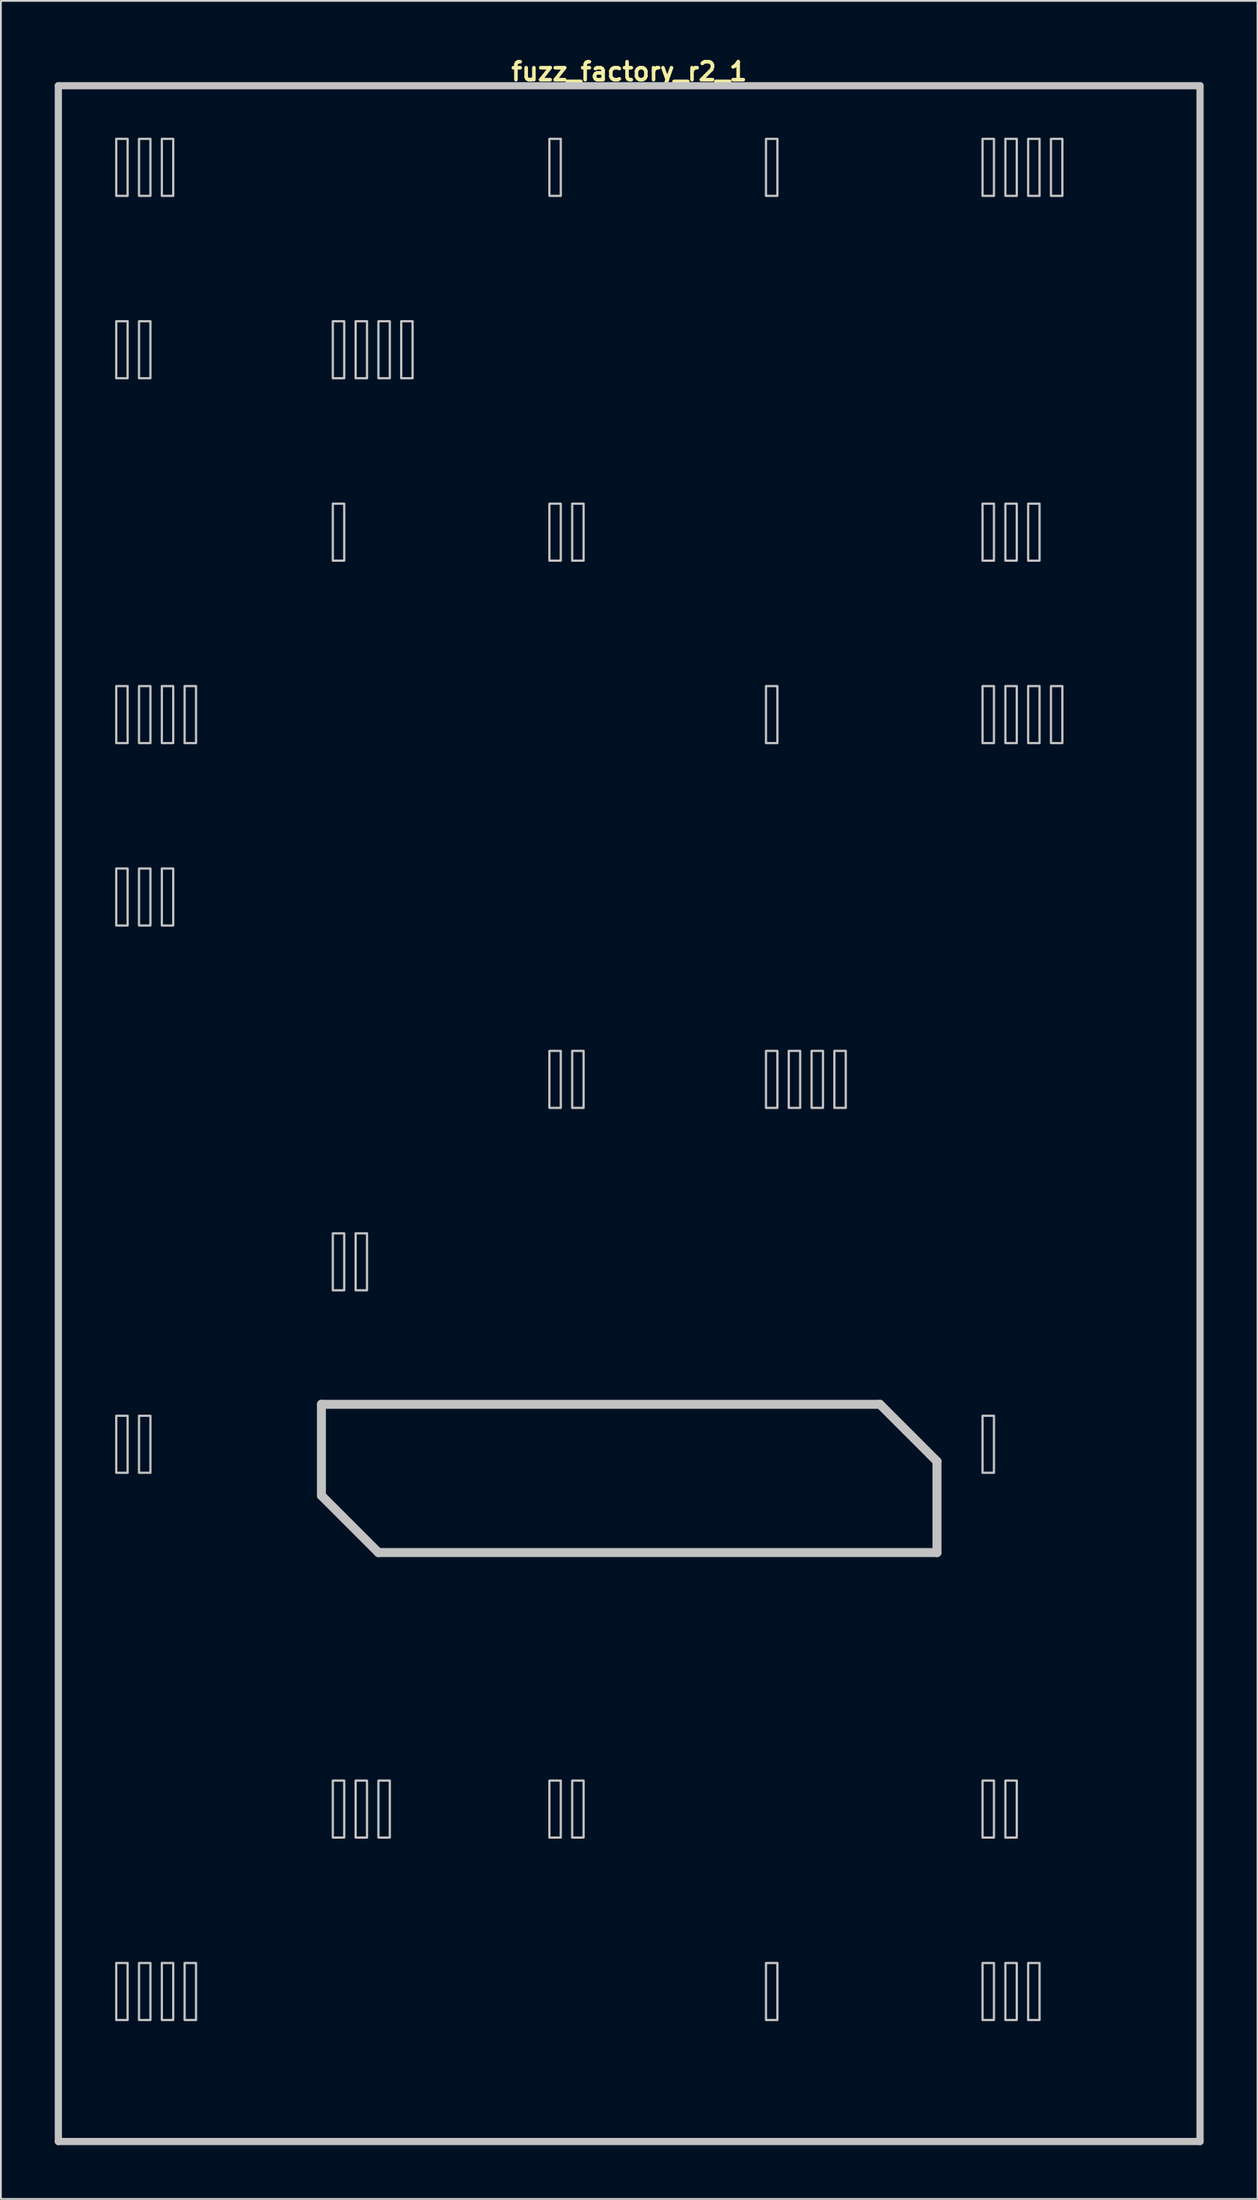
<source format=kicad_pcb>
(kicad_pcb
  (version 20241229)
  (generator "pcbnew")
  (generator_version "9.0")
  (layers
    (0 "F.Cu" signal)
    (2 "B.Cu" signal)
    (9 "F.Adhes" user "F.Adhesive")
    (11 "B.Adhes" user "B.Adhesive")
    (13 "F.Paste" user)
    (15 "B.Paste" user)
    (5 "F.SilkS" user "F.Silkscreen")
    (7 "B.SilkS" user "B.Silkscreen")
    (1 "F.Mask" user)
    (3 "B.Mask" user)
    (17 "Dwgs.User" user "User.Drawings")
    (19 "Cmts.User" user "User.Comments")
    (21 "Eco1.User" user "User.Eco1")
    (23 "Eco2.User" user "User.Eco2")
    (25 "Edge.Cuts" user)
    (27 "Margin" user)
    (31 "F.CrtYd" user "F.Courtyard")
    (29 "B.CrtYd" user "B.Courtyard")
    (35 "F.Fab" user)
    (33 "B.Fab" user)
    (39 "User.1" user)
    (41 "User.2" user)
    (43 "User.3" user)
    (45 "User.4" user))
  (footprint "fuzz_factory_r2_1"
    (layer "F.Cu")
    (at 32 58.975)
    (property "Reference" "fuzz_factory_r2_1" (at 0 -58.039 0) (layer "F.SilkS") (effects (font (size 1 1) (thickness 0.2))))
    (attr through_hole)
    (fp_line (start -31.8 -57.25) (end -31.8 57.25) (stroke (width 0.4) (type solid)) (layer "Dwgs.User"))
    (fp_line (start -31.8 -57.25) (end 31.8 -57.25) (stroke (width 0.4) (type solid)) (layer "Dwgs.User"))
    (fp_line (start -31.8 57.25) (end 31.8 57.25) (stroke (width 0.4) (type solid)) (layer "Dwgs.User"))
    (fp_line (start -17.145 16.192) (end -17.145 21.273) (stroke (width 0.5) (type solid)) (layer "Dwgs.User"))
    (fp_line (start -17.145 16.192) (end 13.97 16.192) (stroke (width 0.5) (type solid)) (layer "Dwgs.User"))
    (fp_line (start -17.145 21.273) (end -13.97 24.448) (stroke (width 0.5) (type solid)) (layer "Dwgs.User"))
    (fp_line (start -13.97 24.448) (end 17.145 24.448) (stroke (width 0.5) (type solid)) (layer "Dwgs.User"))
    (fp_line (start 13.97 16.192) (end 17.145 19.367) (stroke (width 0.5) (type solid)) (layer "Dwgs.User"))
    (fp_line (start 17.145 19.367) (end 17.145 24.448) (stroke (width 0.5) (type solid)) (layer "Dwgs.User"))
    (fp_line (start 31.8 -57.25) (end 31.8 57.25) (stroke (width 0.4) (type solid)) (layer "Dwgs.User"))
    (fp_poly (pts (xy -27.94 -51.117) (xy -28.575 -51.117) (xy -28.575 -54.292) (xy -27.94 -54.292)) (stroke (width 0.125) (type solid)) (fill no) (layer "Dwgs.User"))
    (fp_poly (pts (xy -27.94 -40.958) (xy -28.575 -40.958) (xy -28.575 -44.133) (xy -27.94 -44.133)) (stroke (width 0.125) (type solid)) (fill no) (layer "Dwgs.User"))
    (fp_poly (pts (xy -27.94 -20.637) (xy -28.575 -20.637) (xy -28.575 -23.812) (xy -27.94 -23.812)) (stroke (width 0.125) (type solid)) (fill no) (layer "Dwgs.User"))
    (fp_poly (pts (xy -27.94 -10.477) (xy -28.575 -10.477) (xy -28.575 -13.652) (xy -27.94 -13.652)) (stroke (width 0.125) (type solid)) (fill no) (layer "Dwgs.User"))
    (fp_poly (pts (xy -27.94 20.003) (xy -28.575 20.003) (xy -28.575 16.828) (xy -27.94 16.828)) (stroke (width 0.125) (type solid)) (fill no) (layer "Dwgs.User"))
    (fp_poly (pts (xy -27.94 50.483) (xy -28.575 50.483) (xy -28.575 47.307) (xy -27.94 47.307)) (stroke (width 0.125) (type solid)) (fill no) (layer "Dwgs.User"))
    (fp_poly (pts (xy -26.67 -51.117) (xy -27.305 -51.117) (xy -27.305 -54.292) (xy -26.67 -54.292)) (stroke (width 0.125) (type solid)) (fill no) (layer "Dwgs.User"))
    (fp_poly (pts (xy -26.67 -40.958) (xy -27.305 -40.958) (xy -27.305 -44.133) (xy -26.67 -44.133)) (stroke (width 0.125) (type solid)) (fill no) (layer "Dwgs.User"))
    (fp_poly (pts (xy -26.67 -20.637) (xy -27.305 -20.637) (xy -27.305 -23.812) (xy -26.67 -23.812)) (stroke (width 0.125) (type solid)) (fill no) (layer "Dwgs.User"))
    (fp_poly (pts (xy -26.67 -10.477) (xy -27.305 -10.477) (xy -27.305 -13.652) (xy -26.67 -13.652)) (stroke (width 0.125) (type solid)) (fill no) (layer "Dwgs.User"))
    (fp_poly (pts (xy -26.67 20.003) (xy -27.305 20.003) (xy -27.305 16.828) (xy -26.67 16.828)) (stroke (width 0.125) (type solid)) (fill no) (layer "Dwgs.User"))
    (fp_poly (pts (xy -26.67 50.483) (xy -27.305 50.483) (xy -27.305 47.307) (xy -26.67 47.307)) (stroke (width 0.125) (type solid)) (fill no) (layer "Dwgs.User"))
    (fp_poly (pts (xy -25.4 -51.117) (xy -26.035 -51.117) (xy -26.035 -54.292) (xy -25.4 -54.292)) (stroke (width 0.125) (type solid)) (fill no) (layer "Dwgs.User"))
    (fp_poly (pts (xy -25.4 -20.637) (xy -26.035 -20.637) (xy -26.035 -23.812) (xy -25.4 -23.812)) (stroke (width 0.125) (type solid)) (fill no) (layer "Dwgs.User"))
    (fp_poly (pts (xy -25.4 -10.477) (xy -26.035 -10.477) (xy -26.035 -13.652) (xy -25.4 -13.652)) (stroke (width 0.125) (type solid)) (fill no) (layer "Dwgs.User"))
    (fp_poly (pts (xy -25.4 50.483) (xy -26.035 50.483) (xy -26.035 47.307) (xy -25.4 47.307)) (stroke (width 0.125) (type solid)) (fill no) (layer "Dwgs.User"))
    (fp_poly (pts (xy -24.13 -20.637) (xy -24.765 -20.637) (xy -24.765 -23.812) (xy -24.13 -23.812)) (stroke (width 0.125) (type solid)) (fill no) (layer "Dwgs.User"))
    (fp_poly (pts (xy -24.13 50.483) (xy -24.765 50.483) (xy -24.765 47.307) (xy -24.13 47.307)) (stroke (width 0.125) (type solid)) (fill no) (layer "Dwgs.User"))
    (fp_poly (pts (xy -15.875 -40.958) (xy -16.51 -40.958) (xy -16.51 -44.133) (xy -15.875 -44.133)) (stroke (width 0.125) (type solid)) (fill no) (layer "Dwgs.User"))
    (fp_poly (pts (xy -15.875 -30.797) (xy -16.51 -30.797) (xy -16.51 -33.972) (xy -15.875 -33.972)) (stroke (width 0.125) (type solid)) (fill no) (layer "Dwgs.User"))
    (fp_poly (pts (xy -15.875 9.842) (xy -16.51 9.842) (xy -16.51 6.668) (xy -15.875 6.668)) (stroke (width 0.125) (type solid)) (fill no) (layer "Dwgs.User"))
    (fp_poly (pts (xy -15.875 40.322) (xy -16.51 40.322) (xy -16.51 37.148) (xy -15.875 37.148)) (stroke (width 0.125) (type solid)) (fill no) (layer "Dwgs.User"))
    (fp_poly (pts (xy -14.605 -40.958) (xy -15.24 -40.958) (xy -15.24 -44.133) (xy -14.605 -44.133)) (stroke (width 0.125) (type solid)) (fill no) (layer "Dwgs.User"))
    (fp_poly (pts (xy -14.605 9.842) (xy -15.24 9.842) (xy -15.24 6.668) (xy -14.605 6.668)) (stroke (width 0.125) (type solid)) (fill no) (layer "Dwgs.User"))
    (fp_poly (pts (xy -14.605 40.322) (xy -15.24 40.322) (xy -15.24 37.148) (xy -14.605 37.148)) (stroke (width 0.125) (type solid)) (fill no) (layer "Dwgs.User"))
    (fp_poly (pts (xy -13.335 -40.958) (xy -13.97 -40.958) (xy -13.97 -44.133) (xy -13.335 -44.133)) (stroke (width 0.125) (type solid)) (fill no) (layer "Dwgs.User"))
    (fp_poly (pts (xy -13.335 40.322) (xy -13.97 40.322) (xy -13.97 37.148) (xy -13.335 37.148)) (stroke (width 0.125) (type solid)) (fill no) (layer "Dwgs.User"))
    (fp_poly (pts (xy -12.065 -40.958) (xy -12.7 -40.958) (xy -12.7 -44.133) (xy -12.065 -44.133)) (stroke (width 0.125) (type solid)) (fill no) (layer "Dwgs.User"))
    (fp_poly (pts (xy -3.81 -51.117) (xy -4.445 -51.117) (xy -4.445 -54.292) (xy -3.81 -54.292)) (stroke (width 0.125) (type solid)) (fill no) (layer "Dwgs.User"))
    (fp_poly (pts (xy -3.81 -30.797) (xy -4.445 -30.797) (xy -4.445 -33.972) (xy -3.81 -33.972)) (stroke (width 0.125) (type solid)) (fill no) (layer "Dwgs.User"))
    (fp_poly (pts (xy -3.81 -0.318) (xy -4.445 -0.318) (xy -4.445 -3.493) (xy -3.81 -3.493)) (stroke (width 0.125) (type solid)) (fill no) (layer "Dwgs.User"))
    (fp_poly (pts (xy -3.81 40.322) (xy -4.445 40.322) (xy -4.445 37.148) (xy -3.81 37.148)) (stroke (width 0.125) (type solid)) (fill no) (layer "Dwgs.User"))
    (fp_poly (pts (xy -2.54 -30.797) (xy -3.175 -30.797) (xy -3.175 -33.972) (xy -2.54 -33.972)) (stroke (width 0.125) (type solid)) (fill no) (layer "Dwgs.User"))
    (fp_poly (pts (xy -2.54 -0.318) (xy -3.175 -0.318) (xy -3.175 -3.493) (xy -2.54 -3.493)) (stroke (width 0.125) (type solid)) (fill no) (layer "Dwgs.User"))
    (fp_poly (pts (xy -2.54 40.322) (xy -3.175 40.322) (xy -3.175 37.148) (xy -2.54 37.148)) (stroke (width 0.125) (type solid)) (fill no) (layer "Dwgs.User"))
    (fp_poly (pts (xy 8.255 -51.117) (xy 7.62 -51.117) (xy 7.62 -54.292) (xy 8.255 -54.292)) (stroke (width 0.125) (type solid)) (fill no) (layer "Dwgs.User"))
    (fp_poly (pts (xy 8.255 -20.637) (xy 7.62 -20.637) (xy 7.62 -23.812) (xy 8.255 -23.812)) (stroke (width 0.125) (type solid)) (fill no) (layer "Dwgs.User"))
    (fp_poly (pts (xy 8.255 -0.318) (xy 7.62 -0.318) (xy 7.62 -3.493) (xy 8.255 -3.493)) (stroke (width 0.125) (type solid)) (fill no) (layer "Dwgs.User"))
    (fp_poly (pts (xy 8.255 50.483) (xy 7.62 50.483) (xy 7.62 47.307) (xy 8.255 47.307)) (stroke (width 0.125) (type solid)) (fill no) (layer "Dwgs.User"))
    (fp_poly (pts (xy 9.525 -0.318) (xy 8.89 -0.318) (xy 8.89 -3.493) (xy 9.525 -3.493)) (stroke (width 0.125) (type solid)) (fill no) (layer "Dwgs.User"))
    (fp_poly (pts (xy 10.795 -0.318) (xy 10.16 -0.318) (xy 10.16 -3.493) (xy 10.795 -3.493)) (stroke (width 0.125) (type solid)) (fill no) (layer "Dwgs.User"))
    (fp_poly (pts (xy 12.065 -0.318) (xy 11.43 -0.318) (xy 11.43 -3.493) (xy 12.065 -3.493)) (stroke (width 0.125) (type solid)) (fill no) (layer "Dwgs.User"))
    (fp_poly (pts (xy 20.32 -51.117) (xy 19.685 -51.117) (xy 19.685 -54.292) (xy 20.32 -54.292)) (stroke (width 0.125) (type solid)) (fill no) (layer "Dwgs.User"))
    (fp_poly (pts (xy 20.32 -30.797) (xy 19.685 -30.797) (xy 19.685 -33.972) (xy 20.32 -33.972)) (stroke (width 0.125) (type solid)) (fill no) (layer "Dwgs.User"))
    (fp_poly (pts (xy 20.32 -20.637) (xy 19.685 -20.637) (xy 19.685 -23.812) (xy 20.32 -23.812)) (stroke (width 0.125) (type solid)) (fill no) (layer "Dwgs.User"))
    (fp_poly (pts (xy 20.32 20.003) (xy 19.685 20.003) (xy 19.685 16.828) (xy 20.32 16.828)) (stroke (width 0.125) (type solid)) (fill no) (layer "Dwgs.User"))
    (fp_poly (pts (xy 20.32 40.322) (xy 19.685 40.322) (xy 19.685 37.148) (xy 20.32 37.148)) (stroke (width 0.125) (type solid)) (fill no) (layer "Dwgs.User"))
    (fp_poly (pts (xy 20.32 50.483) (xy 19.685 50.483) (xy 19.685 47.307) (xy 20.32 47.307)) (stroke (width 0.125) (type solid)) (fill no) (layer "Dwgs.User"))
    (fp_poly (pts (xy 21.59 -51.117) (xy 20.955 -51.117) (xy 20.955 -54.292) (xy 21.59 -54.292)) (stroke (width 0.125) (type solid)) (fill no) (layer "Dwgs.User"))
    (fp_poly (pts (xy 21.59 -30.797) (xy 20.955 -30.797) (xy 20.955 -33.972) (xy 21.59 -33.972)) (stroke (width 0.125) (type solid)) (fill no) (layer "Dwgs.User"))
    (fp_poly (pts (xy 21.59 -20.637) (xy 20.955 -20.637) (xy 20.955 -23.812) (xy 21.59 -23.812)) (stroke (width 0.125) (type solid)) (fill no) (layer "Dwgs.User"))
    (fp_poly (pts (xy 21.59 40.322) (xy 20.955 40.322) (xy 20.955 37.148) (xy 21.59 37.148)) (stroke (width 0.125) (type solid)) (fill no) (layer "Dwgs.User"))
    (fp_poly (pts (xy 21.59 50.483) (xy 20.955 50.483) (xy 20.955 47.307) (xy 21.59 47.307)) (stroke (width 0.125) (type solid)) (fill no) (layer "Dwgs.User"))
    (fp_poly (pts (xy 22.86 -51.117) (xy 22.225 -51.117) (xy 22.225 -54.292) (xy 22.86 -54.292)) (stroke (width 0.125) (type solid)) (fill no) (layer "Dwgs.User"))
    (fp_poly (pts (xy 22.86 -30.797) (xy 22.225 -30.797) (xy 22.225 -33.972) (xy 22.86 -33.972)) (stroke (width 0.125) (type solid)) (fill no) (layer "Dwgs.User"))
    (fp_poly (pts (xy 22.86 -20.637) (xy 22.225 -20.637) (xy 22.225 -23.812) (xy 22.86 -23.812)) (stroke (width 0.125) (type solid)) (fill no) (layer "Dwgs.User"))
    (fp_poly (pts (xy 22.86 50.483) (xy 22.225 50.483) (xy 22.225 47.307) (xy 22.86 47.307)) (stroke (width 0.125) (type solid)) (fill no) (layer "Dwgs.User"))
    (fp_poly (pts (xy 24.13 -51.117) (xy 23.495 -51.117) (xy 23.495 -54.292) (xy 24.13 -54.292)) (stroke (width 0.125) (type solid)) (fill no) (layer "Dwgs.User"))
    (fp_poly (pts (xy 24.13 -20.637) (xy 23.495 -20.637) (xy 23.495 -23.812) (xy 24.13 -23.812)) (stroke (width 0.125) (type solid)) (fill no) (layer "Dwgs.User"))
    (fp_line (start -31.8 -57.25) (end -31.8 57.25) (stroke (width 0.4) (type solid)) (layer "Eco1.User"))
    (fp_line (start -31.8 -57.25) (end 31.8 -57.25) (stroke (width 0.4) (type solid)) (layer "Eco1.User"))
    (fp_line (start -31.8 57.25) (end 31.8 57.25) (stroke (width 0.4) (type solid)) (layer "Eco1.User"))
    (fp_line (start -30.45 -55.75) (end -30.45 55.75) (stroke (width 0.4) (type solid)) (layer "Eco1.User"))
    (fp_line (start -30.45 -55.75) (end 30.45 -55.75) (stroke (width 0.4) (type solid)) (layer "Eco1.User"))
    (fp_line (start -30.45 55.75) (end 30.45 55.75) (stroke (width 0.4) (type solid)) (layer "Eco1.User"))
    (fp_line (start 30.45 -55.75) (end 30.45 55.75) (stroke (width 0.4) (type solid)) (layer "Eco1.User"))
    (fp_line (start 31.8 -57.25) (end 31.8 57.25) (stroke (width 0.4) (type solid)) (layer "Eco1.User"))
    (fp_circle (center -19.05 -40.44) (end -15.35 -40.44) (stroke (width 0.4) (type solid)) (fill no) (layer "Eco1.User"))
    (fp_circle (center -19.05 -40.44) (end -9.55 -40.44) (stroke (width 0.4) (type solid)) (fill no) (layer "Eco1.User"))
    (fp_circle (center -19.05 -12.5) (end -15.35 -12.5) (stroke (width 0.4) (type solid)) (fill no) (layer "Eco1.User"))
    (fp_circle (center -19.05 -12.5) (end -9.55 -12.5) (stroke (width 0.4) (type solid)) (fill no) (layer "Eco1.User"))
    (fp_circle (center -19.05 44.45) (end -16.4 44.45) (stroke (width 0.4) (type solid)) (fill no) (layer "Eco1.User"))
    (fp_circle (center -8.89 -50.8) (end -7.39 -50.8) (stroke (width 0.4) (type solid)) (fill no) (layer "Eco1.User"))
    (fp_circle (center -8.89 -50.8) (end -5.39 -50.8) (stroke (width 0.4) (type solid)) (fill no) (layer "Eco1.User"))
    (fp_circle (center 0 -26.47) (end 3.7 -26.47) (stroke (width 0.4) (type solid)) (fill no) (layer "Eco1.User"))
    (fp_circle (center 0 -26.47) (end 9.5 -26.47) (stroke (width 0.4) (type solid)) (fill no) (layer "Eco1.User"))
    (fp_circle (center 0 44.45) (end 6.5 44.45) (stroke (width 0.4) (type solid)) (fill no) (layer "Eco1.User"))
    (fp_circle (center 0 44.45) (end 9.75 44.45) (stroke (width 0.4) (type solid)) (fill no) (layer "Eco1.User"))
    (fp_circle (center 8.89 -50.8) (end 10.39 -50.8) (stroke (width 0.4) (type solid)) (fill no) (layer "Eco1.User"))
    (fp_circle (center 8.89 -50.8) (end 12.39 -50.8) (stroke (width 0.4) (type solid)) (fill no) (layer "Eco1.User"))
    (fp_circle (center 19.05 -40.44) (end 22.75 -40.44) (stroke (width 0.4) (type solid)) (fill no) (layer "Eco1.User"))
    (fp_circle (center 19.05 -40.44) (end 28.55 -40.44) (stroke (width 0.4) (type solid)) (fill no) (layer "Eco1.User"))
    (fp_circle (center 19.05 -12.5) (end 22.75 -12.5) (stroke (width 0.4) (type solid)) (fill no) (layer "Eco1.User"))
    (fp_circle (center 19.05 -12.5) (end 28.55 -12.5) (stroke (width 0.4) (type solid)) (fill no) (layer "Eco1.User"))
    (fp_line (start -31.8 -57.25) (end -31.8 57.25) (stroke (width 0.4) (type solid)) (layer "Eco2.User"))
    (fp_line (start -31.8 -57.25) (end 31.8 -57.25) (stroke (width 0.4) (type solid)) (layer "Eco2.User"))
    (fp_line (start -31.8 57.25) (end 31.8 57.25) (stroke (width 0.4) (type solid)) (layer "Eco2.User"))
    (fp_line (start -29.21 -54.928) (end -29.21 -49.847) (stroke (width 0.5) (type solid)) (layer "Eco2.User"))
    (fp_line (start -29.21 -54.928) (end -22.225 -54.928) (stroke (width 0.5) (type solid)) (layer "Eco2.User"))
    (fp_line (start -29.21 -49.847) (end -26.035 -46.672) (stroke (width 0.5) (type solid)) (layer "Eco2.User"))
    (fp_line (start -29.21 -44.767) (end -29.21 -39.688) (stroke (width 0.5) (type solid)) (layer "Eco2.User"))
    (fp_line (start -29.21 -44.767) (end -22.225 -44.767) (stroke (width 0.5) (type solid)) (layer "Eco2.User"))
    (fp_line (start -29.21 -39.688) (end -26.035 -36.513) (stroke (width 0.5) (type solid)) (layer "Eco2.User"))
    (fp_line (start -29.21 -34.608) (end -29.21 -29.527) (stroke (width 0.5) (type solid)) (layer "Eco2.User"))
    (fp_line (start -29.21 -34.608) (end -22.225 -34.608) (stroke (width 0.5) (type solid)) (layer "Eco2.User"))
    (fp_line (start -29.21 -29.527) (end -26.035 -26.352) (stroke (width 0.5) (type solid)) (layer "Eco2.User"))
    (fp_line (start -29.21 -24.448) (end -29.21 -19.367) (stroke (width 0.5) (type solid)) (layer "Eco2.User"))
    (fp_line (start -29.21 -24.448) (end -22.225 -24.448) (stroke (width 0.5) (type solid)) (layer "Eco2.User"))
    (fp_line (start -29.21 -19.367) (end -26.035 -16.192) (stroke (width 0.5) (type solid)) (layer "Eco2.User"))
    (fp_line (start -29.21 -14.287) (end -29.21 -9.207) (stroke (width 0.5) (type solid)) (layer "Eco2.User"))
    (fp_line (start -29.21 -14.287) (end -22.225 -14.287) (stroke (width 0.5) (type solid)) (layer "Eco2.User"))
    (fp_line (start -29.21 -9.207) (end -26.035 -6.032) (stroke (width 0.5) (type solid)) (layer "Eco2.User"))
    (fp_line (start -29.21 -4.128) (end -29.21 0.953) (stroke (width 0.5) (type solid)) (layer "Eco2.User"))
    (fp_line (start -29.21 -4.128) (end -22.225 -4.128) (stroke (width 0.5) (type solid)) (layer "Eco2.User"))
    (fp_line (start -29.21 0.953) (end -26.035 4.128) (stroke (width 0.5) (type solid)) (layer "Eco2.User"))
    (fp_line (start -29.21 6.032) (end -29.21 11.113) (stroke (width 0.5) (type solid)) (layer "Eco2.User"))
    (fp_line (start -29.21 6.032) (end -22.225 6.032) (stroke (width 0.5) (type solid)) (layer "Eco2.User"))
    (fp_line (start -29.21 11.113) (end -26.035 14.287) (stroke (width 0.5) (type solid)) (layer "Eco2.User"))
    (fp_line (start -29.21 16.192) (end -29.21 21.273) (stroke (width 0.5) (type solid)) (layer "Eco2.User"))
    (fp_line (start -29.21 16.192) (end -22.225 16.192) (stroke (width 0.5) (type solid)) (layer "Eco2.User"))
    (fp_line (start -29.21 21.273) (end -26.035 24.448) (stroke (width 0.5) (type solid)) (layer "Eco2.User"))
    (fp_line (start -29.21 26.352) (end -29.21 31.433) (stroke (width 0.5) (type solid)) (layer "Eco2.User"))
    (fp_line (start -29.21 26.352) (end 26.035 26.352) (stroke (width 0.5) (type solid)) (layer "Eco2.User"))
    (fp_line (start -29.21 31.433) (end -26.035 34.608) (stroke (width 0.5) (type solid)) (layer "Eco2.User"))
    (fp_line (start -29.21 36.513) (end -29.21 41.593) (stroke (width 0.5) (type solid)) (layer "Eco2.User"))
    (fp_line (start -29.21 36.513) (end -22.225 36.513) (stroke (width 0.5) (type solid)) (layer "Eco2.User"))
    (fp_line (start -29.21 41.593) (end -26.035 44.767) (stroke (width 0.5) (type solid)) (layer "Eco2.User"))
    (fp_line (start -29.21 46.672) (end -29.21 51.752) (stroke (width 0.5) (type solid)) (layer "Eco2.User"))
    (fp_line (start -29.21 46.672) (end -22.225 46.672) (stroke (width 0.5) (type solid)) (layer "Eco2.User"))
    (fp_line (start -29.21 51.752) (end -26.035 54.928) (stroke (width 0.5) (type solid)) (layer "Eco2.User"))
    (fp_line (start -26.035 -46.672) (end -19.05 -46.672) (stroke (width 0.5) (type solid)) (layer "Eco2.User"))
    (fp_line (start -26.035 -36.513) (end -19.05 -36.513) (stroke (width 0.5) (type solid)) (layer "Eco2.User"))
    (fp_line (start -26.035 -26.352) (end -23.177 -26.352) (stroke (width 0.5) (type solid)) (layer "Eco2.User"))
    (fp_line (start -26.035 -16.192) (end -19.05 -16.192) (stroke (width 0.5) (type solid)) (layer "Eco2.User"))
    (fp_line (start -26.035 -6.032) (end -19.05 -6.032) (stroke (width 0.5) (type solid)) (layer "Eco2.User"))
    (fp_line (start -26.035 4.128) (end -19.05 4.128) (stroke (width 0.5) (type solid)) (layer "Eco2.User"))
    (fp_line (start -26.035 14.287) (end -19.05 14.287) (stroke (width 0.5) (type solid)) (layer "Eco2.User"))
    (fp_line (start -26.035 24.448) (end -19.05 24.448) (stroke (width 0.5) (type solid)) (layer "Eco2.User"))
    (fp_line (start -26.035 34.608) (end -6.985 34.608) (stroke (width 0.5) (type solid)) (layer "Eco2.User"))
    (fp_line (start -26.035 44.767) (end -19.05 44.767) (stroke (width 0.5) (type solid)) (layer "Eco2.User"))
    (fp_line (start -26.035 54.928) (end -19.05 54.928) (stroke (width 0.5) (type solid)) (layer "Eco2.User"))
    (fp_line (start -22.225 -54.928) (end -19.05 -51.752) (stroke (width 0.5) (type solid)) (layer "Eco2.User"))
    (fp_line (start -22.225 -44.767) (end -19.05 -41.593) (stroke (width 0.5) (type solid)) (layer "Eco2.User"))
    (fp_line (start -22.225 -34.608) (end -19.05 -31.433) (stroke (width 0.5) (type solid)) (layer "Eco2.User"))
    (fp_line (start -22.225 -24.448) (end -19.05 -21.273) (stroke (width 0.5) (type solid)) (layer "Eco2.User"))
    (fp_line (start -22.225 -14.287) (end -19.05 -11.113) (stroke (width 0.5) (type solid)) (layer "Eco2.User"))
    (fp_line (start -22.225 -4.128) (end -20.003 -1.905) (stroke (width 0.5) (type solid)) (layer "Eco2.User"))
    (fp_line (start -22.225 6.032) (end -19.05 9.207) (stroke (width 0.5) (type solid)) (layer "Eco2.User"))
    (fp_line (start -22.225 16.192) (end -19.05 19.367) (stroke (width 0.5) (type solid)) (layer "Eco2.User"))
    (fp_line (start -22.225 36.513) (end -19.05 39.688) (stroke (width 0.5) (type solid)) (layer "Eco2.User"))
    (fp_line (start -22.225 46.672) (end -19.05 49.847) (stroke (width 0.5) (type solid)) (layer "Eco2.User"))
    (fp_line (start -19.05 -51.752) (end -19.05 -46.672) (stroke (width 0.5) (type solid)) (layer "Eco2.User"))
    (fp_line (start -19.05 -41.593) (end -19.05 -36.513) (stroke (width 0.5) (type solid)) (layer "Eco2.User"))
    (fp_line (start -19.05 -31.433) (end -19.05 -29.845) (stroke (width 0.5) (type solid)) (layer "Eco2.User"))
    (fp_line (start -19.05 -21.273) (end -19.05 -16.192) (stroke (width 0.5) (type solid)) (layer "Eco2.User"))
    (fp_line (start -19.05 -11.113) (end -19.05 -6.032) (stroke (width 0.5) (type solid)) (layer "Eco2.User"))
    (fp_line (start -19.05 2.857) (end -19.05 4.128) (stroke (width 0.5) (type solid)) (layer "Eco2.User"))
    (fp_line (start -19.05 9.207) (end -19.05 14.287) (stroke (width 0.5) (type solid)) (layer "Eco2.User"))
    (fp_line (start -19.05 19.367) (end -19.05 24.448) (stroke (width 0.5) (type solid)) (layer "Eco2.User"))
    (fp_line (start -19.05 39.688) (end -19.05 44.767) (stroke (width 0.5) (type solid)) (layer "Eco2.User"))
    (fp_line (start -19.05 49.847) (end -19.05 54.928) (stroke (width 0.5) (type solid)) (layer "Eco2.User"))
    (fp_line (start -17.145 -54.928) (end -17.145 -49.847) (stroke (width 0.5) (type solid)) (layer "Eco2.User"))
    (fp_line (start -17.145 -54.928) (end -10.16 -54.928) (stroke (width 0.5) (type solid)) (layer "Eco2.User"))
    (fp_line (start -17.145 -49.847) (end -13.97 -46.672) (stroke (width 0.5) (type solid)) (layer "Eco2.User"))
    (fp_line (start -17.145 -44.767) (end -17.145 -39.688) (stroke (width 0.5) (type solid)) (layer "Eco2.User"))
    (fp_line (start -17.145 -44.767) (end 13.97 -44.767) (stroke (width 0.5) (type solid)) (layer "Eco2.User"))
    (fp_line (start -17.145 -39.688) (end -13.97 -36.513) (stroke (width 0.5) (type solid)) (layer "Eco2.User"))
    (fp_line (start -17.145 -34.608) (end -17.145 -29.845) (stroke (width 0.5) (type solid)) (layer "Eco2.User"))
    (fp_line (start -17.145 -34.608) (end -10.16 -34.608) (stroke (width 0.5) (type solid)) (layer "Eco2.User"))
    (fp_line (start -17.145 -24.448) (end -17.145 -19.367) (stroke (width 0.5) (type solid)) (layer "Eco2.User"))
    (fp_line (start -17.145 -24.448) (end -10.16 -24.448) (stroke (width 0.5) (type solid)) (layer "Eco2.User"))
    (fp_line (start -17.145 -19.367) (end -13.97 -16.192) (stroke (width 0.5) (type solid)) (layer "Eco2.User"))
    (fp_line (start -17.145 -14.287) (end -17.145 -9.207) (stroke (width 0.5) (type solid)) (layer "Eco2.User"))
    (fp_line (start -17.145 -14.287) (end -10.16 -14.287) (stroke (width 0.5) (type solid)) (layer "Eco2.User"))
    (fp_line (start -17.145 -9.207) (end -13.97 -6.032) (stroke (width 0.5) (type solid)) (layer "Eco2.User"))
    (fp_line (start -17.145 -4.128) (end -17.145 -1.905) (stroke (width 0.5) (type solid)) (layer "Eco2.User"))
    (fp_line (start -17.145 -4.128) (end -10.16 -4.128) (stroke (width 0.5) (type solid)) (layer "Eco2.User"))
    (fp_line (start -17.145 6.032) (end -17.145 11.113) (stroke (width 0.5) (type solid)) (layer "Eco2.User"))
    (fp_line (start -17.145 6.032) (end -10.16 6.032) (stroke (width 0.5) (type solid)) (layer "Eco2.User"))
    (fp_line (start -17.145 11.113) (end -13.97 14.287) (stroke (width 0.5) (type solid)) (layer "Eco2.User"))
    (fp_line (start -17.145 36.513) (end -17.145 41.593) (stroke (width 0.5) (type solid)) (layer "Eco2.User"))
    (fp_line (start -17.145 36.513) (end -10.16 36.513) (stroke (width 0.5) (type solid)) (layer "Eco2.User"))
    (fp_line (start -17.145 41.593) (end -13.97 44.767) (stroke (width 0.5) (type solid)) (layer "Eco2.User"))
    (fp_line (start -17.145 46.672) (end -17.145 51.752) (stroke (width 0.5) (type solid)) (layer "Eco2.User"))
    (fp_line (start -17.145 46.672) (end -10.16 46.672) (stroke (width 0.5) (type solid)) (layer "Eco2.User"))
    (fp_line (start -17.145 51.752) (end -13.97 54.928) (stroke (width 0.5) (type solid)) (layer "Eco2.User"))
    (fp_line (start -15.24 2.857) (end -13.97 4.128) (stroke (width 0.5) (type solid)) (layer "Eco2.User"))
    (fp_line (start -14.287 -26.352) (end -6.985 -26.352) (stroke (width 0.5) (type solid)) (layer "Eco2.User"))
    (fp_line (start -13.97 -46.672) (end -6.985 -46.672) (stroke (width 0.5) (type solid)) (layer "Eco2.User"))
    (fp_line (start -13.97 -36.513) (end 17.145 -36.513) (stroke (width 0.5) (type solid)) (layer "Eco2.User"))
    (fp_line (start -13.97 -16.192) (end -6.985 -16.192) (stroke (width 0.5) (type solid)) (layer "Eco2.User"))
    (fp_line (start -13.97 -6.032) (end -6.985 -6.032) (stroke (width 0.5) (type solid)) (layer "Eco2.User"))
    (fp_line (start -13.97 4.128) (end -6.985 4.128) (stroke (width 0.5) (type solid)) (layer "Eco2.User"))
    (fp_line (start -13.97 14.287) (end -6.985 14.287) (stroke (width 0.5) (type solid)) (layer "Eco2.User"))
    (fp_line (start -13.97 44.767) (end -6.985 44.767) (stroke (width 0.5) (type solid)) (layer "Eco2.User"))
    (fp_line (start -13.97 54.928) (end -6.985 54.928) (stroke (width 0.5) (type solid)) (layer "Eco2.User"))
    (fp_line (start -10.16 -54.928) (end -6.985 -51.752) (stroke (width 0.5) (type solid)) (layer "Eco2.User"))
    (fp_line (start -10.16 -34.608) (end -6.985 -31.433) (stroke (width 0.5) (type solid)) (layer "Eco2.User"))
    (fp_line (start -10.16 -24.448) (end -6.985 -21.273) (stroke (width 0.5) (type solid)) (layer "Eco2.User"))
    (fp_line (start -10.16 -14.287) (end -6.985 -11.113) (stroke (width 0.5) (type solid)) (layer "Eco2.User"))
    (fp_line (start -10.16 -4.128) (end -6.985 -0.953) (stroke (width 0.5) (type solid)) (layer "Eco2.User"))
    (fp_line (start -10.16 6.032) (end -6.985 9.207) (stroke (width 0.5) (type solid)) (layer "Eco2.User"))
    (fp_line (start -10.16 36.513) (end -6.985 39.688) (stroke (width 0.5) (type solid)) (layer "Eco2.User"))
    (fp_line (start -10.16 46.672) (end -6.985 49.847) (stroke (width 0.5) (type solid)) (layer "Eco2.User"))
    (fp_line (start -6.985 -51.752) (end -6.985 -46.672) (stroke (width 0.5) (type solid)) (layer "Eco2.User"))
    (fp_line (start -6.985 -31.433) (end -6.985 -26.352) (stroke (width 0.5) (type solid)) (layer "Eco2.User"))
    (fp_line (start -6.985 -21.273) (end -6.985 -16.192) (stroke (width 0.5) (type solid)) (layer "Eco2.User"))
    (fp_line (start -6.985 -11.113) (end -6.985 -6.032) (stroke (width 0.5) (type solid)) (layer "Eco2.User"))
    (fp_line (start -6.985 -0.953) (end -6.985 4.128) (stroke (width 0.5) (type solid)) (layer "Eco2.User"))
    (fp_line (start -6.985 9.207) (end -6.985 14.287) (stroke (width 0.5) (type solid)) (layer "Eco2.User"))
    (fp_line (start -6.985 34.608) (end -6.032 33.655) (stroke (width 0.5) (type solid)) (layer "Eco2.User"))
    (fp_line (start -6.985 39.688) (end -6.985 44.767) (stroke (width 0.5) (type solid)) (layer "Eco2.User"))
    (fp_line (start -6.985 49.847) (end -6.985 54.928) (stroke (width 0.5) (type solid)) (layer "Eco2.User"))
    (fp_line (start -6.032 33.655) (end 6.032 33.655) (stroke (width 0.5) (type solid)) (layer "Eco2.User"))
    (fp_line (start -5.715 -40.64) (end -4.445 -40.64) (stroke (width 0.25) (type solid)) (layer "Eco2.User"))
    (fp_line (start -5.08 -54.928) (end -5.08 -49.847) (stroke (width 0.5) (type solid)) (layer "Eco2.User"))
    (fp_line (start -5.08 -54.928) (end 1.905 -54.928) (stroke (width 0.5) (type solid)) (layer "Eco2.User"))
    (fp_line (start -5.08 -49.847) (end -1.905 -46.672) (stroke (width 0.5) (type solid)) (layer "Eco2.User"))
    (fp_line (start -5.08 -41.275) (end -5.08 -40.005) (stroke (width 0.25) (type solid)) (layer "Eco2.User"))
    (fp_line (start -5.08 -34.608) (end -5.08 -29.527) (stroke (width 0.5) (type solid)) (layer "Eco2.User"))
    (fp_line (start -5.08 -34.608) (end 1.905 -34.608) (stroke (width 0.5) (type solid)) (layer "Eco2.User"))
    (fp_line (start -5.08 -29.527) (end -1.905 -26.352) (stroke (width 0.5) (type solid)) (layer "Eco2.User"))
    (fp_line (start -5.08 -24.448) (end -5.08 -19.367) (stroke (width 0.5) (type solid)) (layer "Eco2.User"))
    (fp_line (start -5.08 -24.448) (end 1.905 -24.448) (stroke (width 0.5) (type solid)) (layer "Eco2.User"))
    (fp_line (start -5.08 -19.367) (end -1.905 -16.192) (stroke (width 0.5) (type solid)) (layer "Eco2.User"))
    (fp_line (start -5.08 -11.113) (end -5.08 -9.207) (stroke (width 0.5) (type solid)) (layer "Eco2.User"))
    (fp_line (start -5.08 -9.207) (end -1.905 -6.032) (stroke (width 0.5) (type solid)) (layer "Eco2.User"))
    (fp_line (start -5.08 -4.128) (end -5.08 0.953) (stroke (width 0.5) (type solid)) (layer "Eco2.User"))
    (fp_line (start -5.08 -4.128) (end 1.905 -4.128) (stroke (width 0.5) (type solid)) (layer "Eco2.User"))
    (fp_line (start -5.08 0.953) (end -1.905 4.128) (stroke (width 0.5) (type solid)) (layer "Eco2.User"))
    (fp_line (start -5.08 6.032) (end -5.08 11.113) (stroke (width 0.5) (type solid)) (layer "Eco2.User"))
    (fp_line (start -5.08 6.032) (end 1.905 6.032) (stroke (width 0.5) (type solid)) (layer "Eco2.User"))
    (fp_line (start -5.08 11.113) (end -1.905 14.287) (stroke (width 0.5) (type solid)) (layer "Eco2.User"))
    (fp_line (start -5.08 36.513) (end -5.08 41.593) (stroke (width 0.5) (type solid)) (layer "Eco2.User"))
    (fp_line (start -5.08 36.513) (end 1.905 36.513) (stroke (width 0.5) (type solid)) (layer "Eco2.User"))
    (fp_line (start -5.08 41.593) (end -1.905 44.767) (stroke (width 0.5) (type solid)) (layer "Eco2.User"))
    (fp_line (start -5.08 46.672) (end -5.08 51.752) (stroke (width 0.5) (type solid)) (layer "Eco2.User"))
    (fp_line (start -5.08 46.672) (end 1.905 46.672) (stroke (width 0.5) (type solid)) (layer "Eco2.User"))
    (fp_line (start -5.08 51.752) (end -1.905 54.928) (stroke (width 0.5) (type solid)) (layer "Eco2.User"))
    (fp_line (start -3.81 -40.64) (end -1.27 -40.64) (stroke (width 0.5) (type solid)) (layer "Eco2.User"))
    (fp_line (start -1.905 -46.672) (end 5.08 -46.672) (stroke (width 0.5) (type solid)) (layer "Eco2.User"))
    (fp_line (start -1.905 -26.352) (end 5.08 -26.352) (stroke (width 0.5) (type solid)) (layer "Eco2.User"))
    (fp_line (start -1.905 -16.192) (end 5.08 -16.192) (stroke (width 0.5) (type solid)) (layer "Eco2.User"))
    (fp_line (start -1.905 -6.032) (end 5.08 -6.032) (stroke (width 0.5) (type solid)) (layer "Eco2.User"))
    (fp_line (start -1.905 4.128) (end 5.08 4.128) (stroke (width 0.5) (type solid)) (layer "Eco2.User"))
    (fp_line (start -1.905 14.287) (end 5.08 14.287) (stroke (width 0.5) (type solid)) (layer "Eco2.User"))
    (fp_line (start -1.905 44.767) (end 5.08 44.767) (stroke (width 0.5) (type solid)) (layer "Eco2.User"))
    (fp_line (start -1.905 54.928) (end 5.08 54.928) (stroke (width 0.5) (type solid)) (layer "Eco2.User"))
    (fp_line (start 0 -40.64) (end 3.81 -40.64) (stroke (width 0.5) (type solid)) (layer "Eco2.User"))
    (fp_line (start 1.905 -54.928) (end 5.08 -51.752) (stroke (width 0.5) (type solid)) (layer "Eco2.User"))
    (fp_line (start 1.905 -34.608) (end 5.08 -31.433) (stroke (width 0.5) (type solid)) (layer "Eco2.User"))
    (fp_line (start 1.905 -24.448) (end 5.08 -21.273) (stroke (width 0.5) (type solid)) (layer "Eco2.User"))
    (fp_line (start 1.905 -4.128) (end 5.08 -0.953) (stroke (width 0.5) (type solid)) (layer "Eco2.User"))
    (fp_line (start 1.905 6.032) (end 5.08 9.207) (stroke (width 0.5) (type solid)) (layer "Eco2.User"))
    (fp_line (start 1.905 36.513) (end 5.08 39.688) (stroke (width 0.5) (type solid)) (layer "Eco2.User"))
    (fp_line (start 1.905 46.672) (end 5.08 49.847) (stroke (width 0.5) (type solid)) (layer "Eco2.User"))
    (fp_line (start 4.445 -40.64) (end 5.715 -40.64) (stroke (width 0.25) (type solid)) (layer "Eco2.User"))
    (fp_line (start 5.08 -51.752) (end 5.08 -46.672) (stroke (width 0.5) (type solid)) (layer "Eco2.User"))
    (fp_line (start 5.08 -31.433) (end 5.08 -26.352) (stroke (width 0.5) (type solid)) (layer "Eco2.User"))
    (fp_line (start 5.08 -21.273) (end 5.08 -16.192) (stroke (width 0.5) (type solid)) (layer "Eco2.User"))
    (fp_line (start 5.08 -11.113) (end 5.08 -6.032) (stroke (width 0.5) (type solid)) (layer "Eco2.User"))
    (fp_line (start 5.08 -0.953) (end 5.08 4.128) (stroke (width 0.5) (type solid)) (layer "Eco2.User"))
    (fp_line (start 5.08 9.207) (end 5.08 14.287) (stroke (width 0.5) (type solid)) (layer "Eco2.User"))
    (fp_line (start 5.08 39.688) (end 5.08 44.767) (stroke (width 0.5) (type solid)) (layer "Eco2.User"))
    (fp_line (start 5.08 49.847) (end 5.08 54.928) (stroke (width 0.5) (type solid)) (layer "Eco2.User"))
    (fp_line (start 6.032 33.655) (end 6.985 34.608) (stroke (width 0.5) (type solid)) (layer "Eco2.User"))
    (fp_line (start 6.985 -54.928) (end 6.985 -49.847) (stroke (width 0.5) (type solid)) (layer "Eco2.User"))
    (fp_line (start 6.985 -54.928) (end 13.97 -54.928) (stroke (width 0.5) (type solid)) (layer "Eco2.User"))
    (fp_line (start 6.985 -49.847) (end 10.16 -46.672) (stroke (width 0.5) (type solid)) (layer "Eco2.User"))
    (fp_line (start 6.985 -34.608) (end 6.985 -29.527) (stroke (width 0.5) (type solid)) (layer "Eco2.User"))
    (fp_line (start 6.985 -34.608) (end 13.97 -34.608) (stroke (width 0.5) (type solid)) (layer "Eco2.User"))
    (fp_line (start 6.985 -29.527) (end 10.16 -26.352) (stroke (width 0.5) (type solid)) (layer "Eco2.User"))
    (fp_line (start 6.985 -24.448) (end 6.985 -19.367) (stroke (width 0.5) (type solid)) (layer "Eco2.User"))
    (fp_line (start 6.985 -24.448) (end 13.97 -24.448) (stroke (width 0.5) (type solid)) (layer "Eco2.User"))
    (fp_line (start 6.985 -19.367) (end 10.16 -16.192) (stroke (width 0.5) (type solid)) (layer "Eco2.User"))
    (fp_line (start 6.985 -14.287) (end 6.985 -9.207) (stroke (width 0.5) (type solid)) (layer "Eco2.User"))
    (fp_line (start 6.985 -14.287) (end 13.97 -14.287) (stroke (width 0.5) (type solid)) (layer "Eco2.User"))
    (fp_line (start 6.985 -9.207) (end 10.16 -6.032) (stroke (width 0.5) (type solid)) (layer "Eco2.User"))
    (fp_line (start 6.985 -4.128) (end 6.985 0.953) (stroke (width 0.5) (type solid)) (layer "Eco2.User"))
    (fp_line (start 6.985 -4.128) (end 13.97 -4.128) (stroke (width 0.5) (type solid)) (layer "Eco2.User"))
    (fp_line (start 6.985 0.953) (end 10.16 4.128) (stroke (width 0.5) (type solid)) (layer "Eco2.User"))
    (fp_line (start 6.985 6.032) (end 6.985 11.113) (stroke (width 0.5) (type solid)) (layer "Eco2.User"))
    (fp_line (start 6.985 6.032) (end 13.97 6.032) (stroke (width 0.5) (type solid)) (layer "Eco2.User"))
    (fp_line (start 6.985 11.113) (end 10.16 14.287) (stroke (width 0.5) (type solid)) (layer "Eco2.User"))
    (fp_line (start 6.985 34.608) (end 29.21 34.608) (stroke (width 0.5) (type solid)) (layer "Eco2.User"))
    (fp_line (start 6.985 36.513) (end 6.985 41.593) (stroke (width 0.5) (type solid)) (layer "Eco2.User"))
    (fp_line (start 6.985 36.513) (end 13.97 36.513) (stroke (width 0.5) (type solid)) (layer "Eco2.User"))
    (fp_line (start 6.985 41.593) (end 10.16 44.767) (stroke (width 0.5) (type solid)) (layer "Eco2.User"))
    (fp_line (start 6.985 46.672) (end 6.985 51.752) (stroke (width 0.5) (type solid)) (layer "Eco2.User"))
    (fp_line (start 6.985 46.672) (end 13.97 46.672) (stroke (width 0.5) (type solid)) (layer "Eco2.User"))
    (fp_line (start 6.985 51.752) (end 10.16 54.928) (stroke (width 0.5) (type solid)) (layer "Eco2.User"))
    (fp_line (start 10.16 -46.672) (end 17.145 -46.672) (stroke (width 0.5) (type solid)) (layer "Eco2.User"))
    (fp_line (start 10.16 -26.352) (end 13.335 -26.352) (stroke (width 0.5) (type solid)) (layer "Eco2.User"))
    (fp_line (start 10.16 -16.192) (end 17.145 -16.192) (stroke (width 0.5) (type solid)) (layer "Eco2.User"))
    (fp_line (start 10.16 -6.032) (end 17.145 -6.032) (stroke (width 0.5) (type solid)) (layer "Eco2.User"))
    (fp_line (start 10.16 4.128) (end 17.145 4.128) (stroke (width 0.5) (type solid)) (layer "Eco2.User"))
    (fp_line (start 10.16 14.287) (end 17.145 14.287) (stroke (width 0.5) (type solid)) (layer "Eco2.User"))
    (fp_line (start 10.16 44.767) (end 17.145 44.767) (stroke (width 0.5) (type solid)) (layer "Eco2.User"))
    (fp_line (start 10.16 54.928) (end 17.145 54.928) (stroke (width 0.5) (type solid)) (layer "Eco2.User"))
    (fp_line (start 13.97 -54.928) (end 17.145 -51.752) (stroke (width 0.5) (type solid)) (layer "Eco2.User"))
    (fp_line (start 13.97 -44.767) (end 17.145 -41.593) (stroke (width 0.5) (type solid)) (layer "Eco2.User"))
    (fp_line (start 13.97 -34.608) (end 17.145 -31.433) (stroke (width 0.5) (type solid)) (layer "Eco2.User"))
    (fp_line (start 13.97 -24.448) (end 17.145 -21.273) (stroke (width 0.5) (type solid)) (layer "Eco2.User"))
    (fp_line (start 13.97 -14.287) (end 17.145 -11.113) (stroke (width 0.5) (type solid)) (layer "Eco2.User"))
    (fp_line (start 13.97 -4.128) (end 15.875 -2.223) (stroke (width 0.5) (type solid)) (layer "Eco2.User"))
    (fp_line (start 13.97 6.032) (end 17.145 9.207) (stroke (width 0.5) (type solid)) (layer "Eco2.User"))
    (fp_line (start 13.97 36.513) (end 17.145 39.688) (stroke (width 0.5) (type solid)) (layer "Eco2.User"))
    (fp_line (start 13.97 46.672) (end 17.145 49.847) (stroke (width 0.5) (type solid)) (layer "Eco2.User"))
    (fp_line (start 17.145 -51.752) (end 17.145 -46.672) (stroke (width 0.5) (type solid)) (layer "Eco2.User"))
    (fp_line (start 17.145 -41.593) (end 17.145 -36.513) (stroke (width 0.5) (type solid)) (layer "Eco2.User"))
    (fp_line (start 17.145 -31.433) (end 17.145 -29.845) (stroke (width 0.5) (type solid)) (layer "Eco2.User"))
    (fp_line (start 17.145 -21.273) (end 17.145 -16.192) (stroke (width 0.5) (type solid)) (layer "Eco2.User"))
    (fp_line (start 17.145 -11.113) (end 17.145 -6.032) (stroke (width 0.5) (type solid)) (layer "Eco2.User"))
    (fp_line (start 17.145 2.857) (end 17.145 4.128) (stroke (width 0.5) (type solid)) (layer "Eco2.User"))
    (fp_line (start 17.145 9.207) (end 17.145 14.287) (stroke (width 0.5) (type solid)) (layer "Eco2.User"))
    (fp_line (start 17.145 39.688) (end 17.145 44.767) (stroke (width 0.5) (type solid)) (layer "Eco2.User"))
    (fp_line (start 17.145 49.847) (end 17.145 54.928) (stroke (width 0.5) (type solid)) (layer "Eco2.User"))
    (fp_line (start 19.05 -54.928) (end 19.05 -49.847) (stroke (width 0.5) (type solid)) (layer "Eco2.User"))
    (fp_line (start 19.05 -54.928) (end 26.035 -54.928) (stroke (width 0.5) (type solid)) (layer "Eco2.User"))
    (fp_line (start 19.05 -49.847) (end 22.225 -46.672) (stroke (width 0.5) (type solid)) (layer "Eco2.User"))
    (fp_line (start 19.05 -44.767) (end 19.05 -39.688) (stroke (width 0.5) (type solid)) (layer "Eco2.User"))
    (fp_line (start 19.05 -44.767) (end 26.035 -44.767) (stroke (width 0.5) (type solid)) (layer "Eco2.User"))
    (fp_line (start 19.05 -39.688) (end 22.225 -36.513) (stroke (width 0.5) (type solid)) (layer "Eco2.User"))
    (fp_line (start 19.05 -34.608) (end 19.05 -29.845) (stroke (width 0.5) (type solid)) (layer "Eco2.User"))
    (fp_line (start 19.05 -34.608) (end 26.035 -34.608) (stroke (width 0.5) (type solid)) (layer "Eco2.User"))
    (fp_line (start 19.05 -24.448) (end 19.05 -19.367) (stroke (width 0.5) (type solid)) (layer "Eco2.User"))
    (fp_line (start 19.05 -24.448) (end 26.035 -24.448) (stroke (width 0.5) (type solid)) (layer "Eco2.User"))
    (fp_line (start 19.05 -19.367) (end 22.225 -16.192) (stroke (width 0.5) (type solid)) (layer "Eco2.User"))
    (fp_line (start 19.05 -14.287) (end 19.05 -9.207) (stroke (width 0.5) (type solid)) (layer "Eco2.User"))
    (fp_line (start 19.05 -14.287) (end 26.035 -14.287) (stroke (width 0.5) (type solid)) (layer "Eco2.User"))
    (fp_line (start 19.05 -9.207) (end 22.225 -6.032) (stroke (width 0.5) (type solid)) (layer "Eco2.User"))
    (fp_line (start 19.05 -4.128) (end 19.05 -1.905) (stroke (width 0.5) (type solid)) (layer "Eco2.User"))
    (fp_line (start 19.05 -4.128) (end 26.035 -4.128) (stroke (width 0.5) (type solid)) (layer "Eco2.User"))
    (fp_line (start 19.05 6.032) (end 19.05 11.113) (stroke (width 0.5) (type solid)) (layer "Eco2.User"))
    (fp_line (start 19.05 6.032) (end 26.035 6.032) (stroke (width 0.5) (type solid)) (layer "Eco2.User"))
    (fp_line (start 19.05 11.113) (end 22.225 14.287) (stroke (width 0.5) (type solid)) (layer "Eco2.User"))
    (fp_line (start 19.05 16.192) (end 19.05 21.273) (stroke (width 0.5) (type solid)) (layer "Eco2.User"))
    (fp_line (start 19.05 16.192) (end 26.035 16.192) (stroke (width 0.5) (type solid)) (layer "Eco2.User"))
    (fp_line (start 19.05 21.273) (end 22.225 24.448) (stroke (width 0.5) (type solid)) (layer "Eco2.User"))
    (fp_line (start 19.05 36.513) (end 19.05 41.593) (stroke (width 0.5) (type solid)) (layer "Eco2.User"))
    (fp_line (start 19.05 36.513) (end 26.035 36.513) (stroke (width 0.5) (type solid)) (layer "Eco2.User"))
    (fp_line (start 19.05 41.593) (end 22.225 44.767) (stroke (width 0.5) (type solid)) (layer "Eco2.User"))
    (fp_line (start 19.05 46.672) (end 19.05 51.752) (stroke (width 0.5) (type solid)) (layer "Eco2.User"))
    (fp_line (start 19.05 46.672) (end 26.035 46.672) (stroke (width 0.5) (type solid)) (layer "Eco2.User"))
    (fp_line (start 19.05 51.752) (end 22.225 54.928) (stroke (width 0.5) (type solid)) (layer "Eco2.User"))
    (fp_line (start 20.955 2.857) (end 22.225 4.128) (stroke (width 0.5) (type solid)) (layer "Eco2.User"))
    (fp_line (start 22.225 -46.672) (end 29.21 -46.672) (stroke (width 0.5) (type solid)) (layer "Eco2.User"))
    (fp_line (start 22.225 -36.513) (end 29.21 -36.513) (stroke (width 0.5) (type solid)) (layer "Eco2.User"))
    (fp_line (start 22.225 -16.192) (end 29.21 -16.192) (stroke (width 0.5) (type solid)) (layer "Eco2.User"))
    (fp_line (start 22.225 -6.032) (end 29.21 -6.032) (stroke (width 0.5) (type solid)) (layer "Eco2.User"))
    (fp_line (start 22.225 4.128) (end 29.21 4.128) (stroke (width 0.5) (type solid)) (layer "Eco2.User"))
    (fp_line (start 22.225 14.287) (end 29.21 14.287) (stroke (width 0.5) (type solid)) (layer "Eco2.User"))
    (fp_line (start 22.225 24.448) (end 29.21 24.448) (stroke (width 0.5) (type solid)) (layer "Eco2.User"))
    (fp_line (start 22.225 44.767) (end 29.21 44.767) (stroke (width 0.5) (type solid)) (layer "Eco2.User"))
    (fp_line (start 22.225 54.928) (end 29.21 54.928) (stroke (width 0.5) (type solid)) (layer "Eco2.User"))
    (fp_line (start 24.765 -26.352) (end 29.21 -26.352) (stroke (width 0.5) (type solid)) (layer "Eco2.User"))
    (fp_line (start 26.035 -54.928) (end 29.21 -51.752) (stroke (width 0.5) (type solid)) (layer "Eco2.User"))
    (fp_line (start 26.035 -44.767) (end 29.21 -41.593) (stroke (width 0.5) (type solid)) (layer "Eco2.User"))
    (fp_line (start 26.035 -34.608) (end 29.21 -31.433) (stroke (width 0.5) (type solid)) (layer "Eco2.User"))
    (fp_line (start 26.035 -24.448) (end 29.21 -21.273) (stroke (width 0.5) (type solid)) (layer "Eco2.User"))
    (fp_line (start 26.035 -14.287) (end 29.21 -11.113) (stroke (width 0.5) (type solid)) (layer "Eco2.User"))
    (fp_line (start 26.035 -4.128) (end 29.21 -0.953) (stroke (width 0.5) (type solid)) (layer "Eco2.User"))
    (fp_line (start 26.035 6.032) (end 29.21 9.207) (stroke (width 0.5) (type solid)) (layer "Eco2.User"))
    (fp_line (start 26.035 16.192) (end 29.21 19.367) (stroke (width 0.5) (type solid)) (layer "Eco2.User"))
    (fp_line (start 26.035 26.352) (end 29.21 29.527) (stroke (width 0.5) (type solid)) (layer "Eco2.User"))
    (fp_line (start 26.035 36.513) (end 29.21 39.688) (stroke (width 0.5) (type solid)) (layer "Eco2.User"))
    (fp_line (start 26.035 46.672) (end 29.21 49.847) (stroke (width 0.5) (type solid)) (layer "Eco2.User"))
    (fp_line (start 29.21 -51.752) (end 29.21 -46.672) (stroke (width 0.5) (type solid)) (layer "Eco2.User"))
    (fp_line (start 29.21 -41.593) (end 29.21 -36.513) (stroke (width 0.5) (type solid)) (layer "Eco2.User"))
    (fp_line (start 29.21 -31.433) (end 29.21 -26.352) (stroke (width 0.5) (type solid)) (layer "Eco2.User"))
    (fp_line (start 29.21 -21.273) (end 29.21 -16.192) (stroke (width 0.5) (type solid)) (layer "Eco2.User"))
    (fp_line (start 29.21 -11.113) (end 29.21 -6.032) (stroke (width 0.5) (type solid)) (layer "Eco2.User"))
    (fp_line (start 29.21 -0.953) (end 29.21 4.128) (stroke (width 0.5) (type solid)) (layer "Eco2.User"))
    (fp_line (start 29.21 9.207) (end 29.21 14.287) (stroke (width 0.5) (type solid)) (layer "Eco2.User"))
    (fp_line (start 29.21 19.367) (end 29.21 24.448) (stroke (width 0.5) (type solid)) (layer "Eco2.User"))
    (fp_line (start 29.21 29.527) (end 29.21 34.608) (stroke (width 0.5) (type solid)) (layer "Eco2.User"))
    (fp_line (start 29.21 39.688) (end 29.21 44.767) (stroke (width 0.5) (type solid)) (layer "Eco2.User"))
    (fp_line (start 29.21 49.847) (end 29.21 54.928) (stroke (width 0.5) (type solid)) (layer "Eco2.User"))
    (fp_line (start 31.8 -57.25) (end 31.8 57.25) (stroke (width 0.4) (type solid)) (layer "Eco2.User"))
    (fp_arc (start 0 -39.37) (mid -1.27 -40.64) (end 0 -41.91) (stroke (width 0.5) (type solid)) (layer "Eco2.User"))
    (fp_circle (center -5.08 -40.64) (end -3.81 -40.64) (stroke (width 0.5) (type solid)) (fill no) (layer "Eco2.User"))
    (fp_circle (center 0 -40.64) (end 0.25 -40.64) (stroke (width 0.5) (type solid)) (fill no) (layer "Eco2.User"))
    (fp_circle (center 5.08 -40.64) (end 6.35 -40.64) (stroke (width 0.5) (type solid)) (fill no) (layer "Eco2.User"))
    (fp_poly (pts (xy -25.4 30.48) (xy -22.86 29.21) (xy -22.86 31.75)) (stroke (width 0.5) (type solid)) (fill no) (layer "Eco2.User"))
    (fp_poly (pts (xy 22.86 30.48) (xy 25.4 29.21) (xy 25.4 31.75)) (stroke (width 0.5) (type solid)) (fill no) (layer "Eco2.User"))
    (fp_poly (pts (xy -27.94 -30.797) (xy -28.575 -30.797) (xy -28.575 -33.972) (xy -27.94 -33.972)) (stroke (width 0.125) (type solid)) (fill no) (layer "Eco2.User"))
    (fp_poly (pts (xy -27.94 -0.318) (xy -28.575 -0.318) (xy -28.575 -3.493) (xy -27.94 -3.493)) (stroke (width 0.125) (type solid)) (fill no) (layer "Eco2.User"))
    (fp_poly (pts (xy -27.94 9.842) (xy -28.575 9.842) (xy -28.575 6.668) (xy -27.94 6.668)) (stroke (width 0.125) (type solid)) (fill no) (layer "Eco2.User"))
    (fp_poly (pts (xy -27.94 40.322) (xy -28.575 40.322) (xy -28.575 37.148) (xy -27.94 37.148)) (stroke (width 0.125) (type solid)) (fill no) (layer "Eco2.User"))
    (fp_poly (pts (xy -26.67 -30.797) (xy -27.305 -30.797) (xy -27.305 -33.972) (xy -26.67 -33.972)) (stroke (width 0.125) (type solid)) (fill no) (layer "Eco2.User"))
    (fp_poly (pts (xy -26.67 -0.318) (xy -27.305 -0.318) (xy -27.305 -3.493) (xy -26.67 -3.493)) (stroke (width 0.125) (type solid)) (fill no) (layer "Eco2.User"))
    (fp_poly (pts (xy -26.67 40.322) (xy -27.305 40.322) (xy -27.305 37.148) (xy -26.67 37.148)) (stroke (width 0.125) (type solid)) (fill no) (layer "Eco2.User"))
    (fp_poly (pts (xy -25.4 -30.797) (xy -26.035 -30.797) (xy -26.035 -33.972) (xy -25.4 -33.972)) (stroke (width 0.125) (type solid)) (fill no) (layer "Eco2.User"))
    (fp_poly (pts (xy -24.13 -30.797) (xy -24.765 -30.797) (xy -24.765 -33.972) (xy -24.13 -33.972)) (stroke (width 0.125) (type solid)) (fill no) (layer "Eco2.User"))
    (fp_poly (pts (xy -15.875 -51.117) (xy -16.51 -51.117) (xy -16.51 -54.292) (xy -15.875 -54.292)) (stroke (width 0.125) (type solid)) (fill no) (layer "Eco2.User"))
    (fp_poly (pts (xy -15.875 -20.637) (xy -16.51 -20.637) (xy -16.51 -23.812) (xy -15.875 -23.812)) (stroke (width 0.125) (type solid)) (fill no) (layer "Eco2.User"))
    (fp_poly (pts (xy -15.875 50.483) (xy -16.51 50.483) (xy -16.51 47.307) (xy -15.875 47.307)) (stroke (width 0.125) (type solid)) (fill no) (layer "Eco2.User"))
    (fp_poly (pts (xy -14.605 -51.117) (xy -15.24 -51.117) (xy -15.24 -54.292) (xy -14.605 -54.292)) (stroke (width 0.125) (type solid)) (fill no) (layer "Eco2.User"))
    (fp_poly (pts (xy -14.605 -20.637) (xy -15.24 -20.637) (xy -15.24 -23.812) (xy -14.605 -23.812)) (stroke (width 0.125) (type solid)) (fill no) (layer "Eco2.User"))
    (fp_poly (pts (xy -14.605 50.483) (xy -15.24 50.483) (xy -15.24 47.307) (xy -14.605 47.307)) (stroke (width 0.125) (type solid)) (fill no) (layer "Eco2.User"))
    (fp_poly (pts (xy -13.335 -51.117) (xy -13.97 -51.117) (xy -13.97 -54.292) (xy -13.335 -54.292)) (stroke (width 0.125) (type solid)) (fill no) (layer "Eco2.User"))
    (fp_poly (pts (xy -13.335 -20.637) (xy -13.97 -20.637) (xy -13.97 -23.812) (xy -13.335 -23.812)) (stroke (width 0.125) (type solid)) (fill no) (layer "Eco2.User"))
    (fp_poly (pts (xy -12.065 -51.117) (xy -12.7 -51.117) (xy -12.7 -54.292) (xy -12.065 -54.292)) (stroke (width 0.125) (type solid)) (fill no) (layer "Eco2.User"))
    (fp_poly (pts (xy -12.065 -20.637) (xy -12.7 -20.637) (xy -12.7 -23.812) (xy -12.065 -23.812)) (stroke (width 0.125) (type solid)) (fill no) (layer "Eco2.User"))
    (fp_poly (pts (xy -3.81 -20.637) (xy -4.445 -20.637) (xy -4.445 -23.812) (xy -3.81 -23.812)) (stroke (width 0.125) (type solid)) (fill no) (layer "Eco2.User"))
    (fp_poly (pts (xy -3.81 9.842) (xy -4.445 9.842) (xy -4.445 6.668) (xy -3.81 6.668)) (stroke (width 0.125) (type solid)) (fill no) (layer "Eco2.User"))
    (fp_poly (pts (xy -3.81 50.483) (xy -4.445 50.483) (xy -4.445 47.307) (xy -3.81 47.307)) (stroke (width 0.125) (type solid)) (fill no) (layer "Eco2.User"))
    (fp_poly (pts (xy -2.54 -20.637) (xy -3.175 -20.637) (xy -3.175 -23.812) (xy -2.54 -23.812)) (stroke (width 0.125) (type solid)) (fill no) (layer "Eco2.User"))
    (fp_poly (pts (xy -2.54 9.842) (xy -3.175 9.842) (xy -3.175 6.668) (xy -2.54 6.668)) (stroke (width 0.125) (type solid)) (fill no) (layer "Eco2.User"))
    (fp_poly (pts (xy -2.54 50.483) (xy -3.175 50.483) (xy -3.175 47.307) (xy -2.54 47.307)) (stroke (width 0.125) (type solid)) (fill no) (layer "Eco2.User"))
    (fp_poly (pts (xy -1.27 -20.637) (xy -1.905 -20.637) (xy -1.905 -23.812) (xy -1.27 -23.812)) (stroke (width 0.125) (type solid)) (fill no) (layer "Eco2.User"))
    (fp_poly (pts (xy -1.27 50.483) (xy -1.905 50.483) (xy -1.905 47.307) (xy -1.27 47.307)) (stroke (width 0.125) (type solid)) (fill no) (layer "Eco2.User"))
    (fp_poly (pts (xy 8.255 -30.797) (xy 7.62 -30.797) (xy 7.62 -33.972) (xy 8.255 -33.972)) (stroke (width 0.125) (type solid)) (fill no) (layer "Eco2.User"))
    (fp_poly (pts (xy 8.255 -10.477) (xy 7.62 -10.477) (xy 7.62 -13.652) (xy 8.255 -13.652)) (stroke (width 0.125) (type solid)) (fill no) (layer "Eco2.User"))
    (fp_poly (pts (xy 8.255 9.842) (xy 7.62 9.842) (xy 7.62 6.668) (xy 8.255 6.668)) (stroke (width 0.125) (type solid)) (fill no) (layer "Eco2.User"))
    (fp_poly (pts (xy 8.255 40.322) (xy 7.62 40.322) (xy 7.62 37.148) (xy 8.255 37.148)) (stroke (width 0.125) (type solid)) (fill no) (layer "Eco2.User"))
    (fp_poly (pts (xy 9.525 -30.797) (xy 8.89 -30.797) (xy 8.89 -33.972) (xy 9.525 -33.972)) (stroke (width 0.125) (type solid)) (fill no) (layer "Eco2.User"))
    (fp_poly (pts (xy 9.525 -10.477) (xy 8.89 -10.477) (xy 8.89 -13.652) (xy 9.525 -13.652)) (stroke (width 0.125) (type solid)) (fill no) (layer "Eco2.User"))
    (fp_poly (pts (xy 9.525 9.842) (xy 8.89 9.842) (xy 8.89 6.668) (xy 9.525 6.668)) (stroke (width 0.125) (type solid)) (fill no) (layer "Eco2.User"))
    (fp_poly (pts (xy 9.525 40.322) (xy 8.89 40.322) (xy 8.89 37.148) (xy 9.525 37.148)) (stroke (width 0.125) (type solid)) (fill no) (layer "Eco2.User"))
    (fp_poly (pts (xy 10.795 -10.477) (xy 10.16 -10.477) (xy 10.16 -13.652) (xy 10.795 -13.652)) (stroke (width 0.125) (type solid)) (fill no) (layer "Eco2.User"))
    (fp_poly (pts (xy 10.795 40.322) (xy 10.16 40.322) (xy 10.16 37.148) (xy 10.795 37.148)) (stroke (width 0.125) (type solid)) (fill no) (layer "Eco2.User"))
    (fp_poly (pts (xy 12.065 -10.477) (xy 11.43 -10.477) (xy 11.43 -13.652) (xy 12.065 -13.652)) (stroke (width 0.125) (type solid)) (fill no) (layer "Eco2.User"))
    (fp_poly (pts (xy 20.32 -40.958) (xy 19.685 -40.958) (xy 19.685 -44.133) (xy 20.32 -44.133)) (stroke (width 0.125) (type solid)) (fill no) (layer "Eco2.User"))
    (fp_poly (pts (xy 20.32 9.842) (xy 19.685 9.842) (xy 19.685 6.668) (xy 20.32 6.668)) (stroke (width 0.125) (type solid)) (fill no) (layer "Eco2.User"))
    (fp_poly (pts (xy 21.59 -40.958) (xy 20.955 -40.958) (xy 20.955 -44.133) (xy 21.59 -44.133)) (stroke (width 0.125) (type solid)) (fill no) (layer "Eco2.User"))
    (fp_poly (pts (xy 21.59 9.842) (xy 20.955 9.842) (xy 20.955 6.668) (xy 21.59 6.668)) (stroke (width 0.125) (type solid)) (fill no) (layer "Eco2.User"))
    (fp_poly (pts (xy 22.86 -40.958) (xy 22.225 -40.958) (xy 22.225 -44.133) (xy 22.86 -44.133)) (stroke (width 0.125) (type solid)) (fill no) (layer "Eco2.User"))
    (fp_poly (pts (xy 22.86 9.842) (xy 22.225 9.842) (xy 22.225 6.668) (xy 22.86 6.668)) (stroke (width 0.125) (type solid)) (fill no) (layer "Eco2.User"))
    (fp_poly (pts (xy 24.13 -40.958) (xy 23.495 -40.958) (xy 23.495 -44.133) (xy 24.13 -44.133)) (stroke (width 0.125) (type solid)) (fill no) (layer "Eco2.User"))
    (fp_poly (pts (xy 24.13 9.842) (xy 23.495 9.842) (xy 23.495 6.668) (xy 24.13 6.668)) (stroke (width 0.125) (type solid)) (fill no) (layer "Eco2.User"))
    (fp_text user "-ТТКРЧПДЛ-" (at 0 20.32 0) (unlocked yes) (layer "Eco2.User") (effects (font (size 3 3) (thickness 0.5))))
    (fp_text user "FUZZ FACTORY" (at 0 30.48 0) (unlocked yes) (layer "Eco2.User") (effects (font (size 3 3) (thickness 0.5))))
    (fp_text user "9V" (at 0 -50.8 0) (unlocked yes) (layer "Eco2.User") (effects (font (size 3 3) (thickness 0.5))))
    (fp_text user "STAB" (at 19.05 0.635 0) (unlocked yes) (layer "Eco2.User") (effects (font (size 3 3) (thickness 0.5))))
    (fp_text user "R2" (at 24.13 20.32 0) (unlocked yes) (layer "Eco2.User") (effects (font (size 3 3) (thickness 0.5))))
    (fp_text user "VOL" (at -19.05 -27.305 0) (unlocked yes) (layer "Eco2.User") (effects (font (size 3 3) (thickness 0.5))))
    (fp_text user "GATE" (at 19.05 -27.305 0) (unlocked yes) (layer "Eco2.User") (effects (font (size 3 3) (thickness 0.5))))
    (fp_text user "COMP" (at 0 -13.335 0) (unlocked yes) (layer "Eco2.User") (effects (font (size 3 3) (thickness 0.5))))
    (fp_text user "DRIVE" (at -19.05 0.635 0) (unlocked yes) (layer "Eco2.User") (effects (font (size 3 3) (thickness 0.5)))))
  (gr_rect
    (start -3 -3)
    (end 67 119.425)
    (stroke (width 0.1) (type default))
    (fill no)
    (layer "Edge.Cuts")))
</source>
